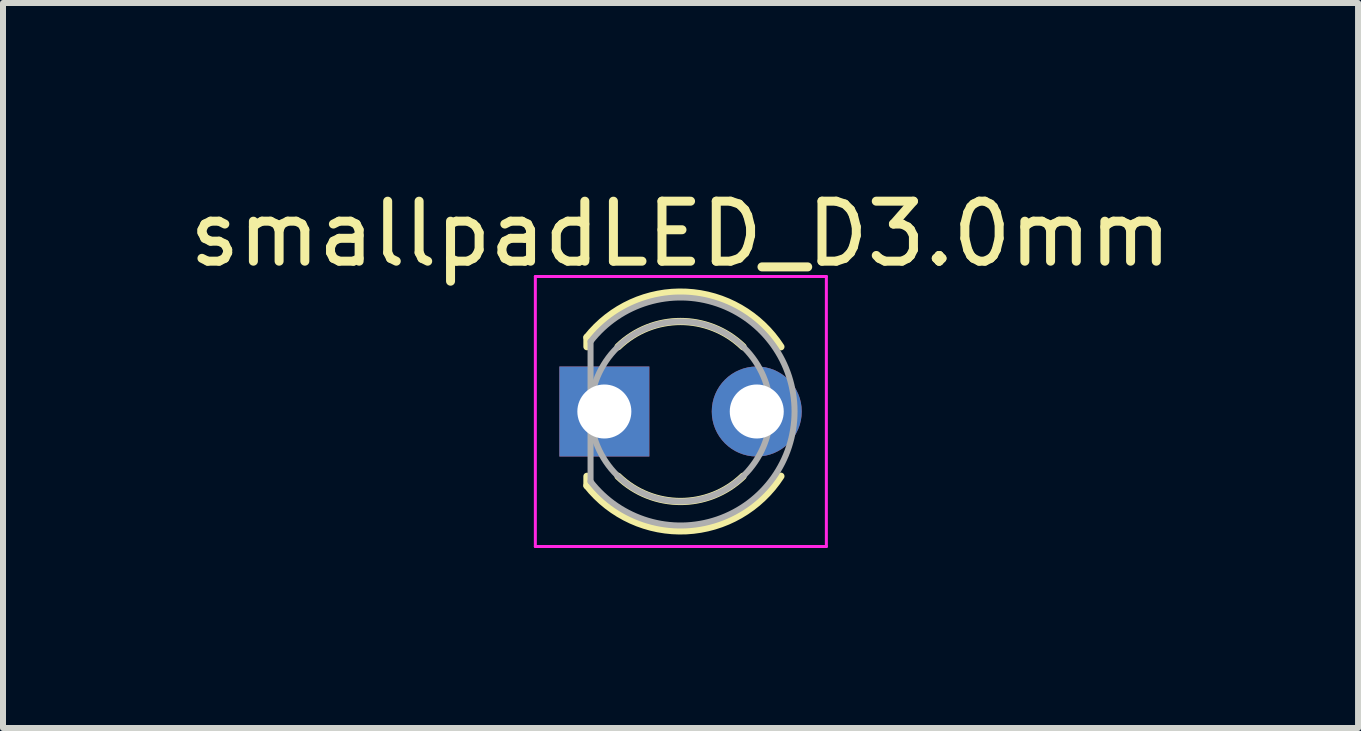
<source format=kicad_pcb>
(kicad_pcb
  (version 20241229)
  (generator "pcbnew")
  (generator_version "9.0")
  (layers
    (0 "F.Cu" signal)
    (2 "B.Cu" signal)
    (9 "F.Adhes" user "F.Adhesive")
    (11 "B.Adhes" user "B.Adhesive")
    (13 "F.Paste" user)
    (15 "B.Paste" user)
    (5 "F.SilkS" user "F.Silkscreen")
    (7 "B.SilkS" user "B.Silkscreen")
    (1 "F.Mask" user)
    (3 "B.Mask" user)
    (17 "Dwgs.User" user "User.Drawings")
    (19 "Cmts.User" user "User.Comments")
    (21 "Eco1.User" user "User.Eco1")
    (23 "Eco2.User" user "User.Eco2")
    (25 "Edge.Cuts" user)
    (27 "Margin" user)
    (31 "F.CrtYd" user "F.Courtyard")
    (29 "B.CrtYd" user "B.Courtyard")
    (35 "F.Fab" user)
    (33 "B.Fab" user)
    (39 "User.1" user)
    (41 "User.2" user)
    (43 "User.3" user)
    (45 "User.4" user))
  (footprint "smallpadLED_D3.0mm"
    (layer "F.Cu")
    (at 7.022 3.808)
    (property "Reference" "smallpadLED_D3.0mm" (at 1.27 -2.96 0) (layer "F.SilkS") (effects (font (size 1 1) (thickness 0.15))))
    (attr through_hole)
    (fp_line (start -0.29 -1.236) (end -0.29 -1.08) (stroke (width 0.12) (type solid)) (layer "F.SilkS"))
    (fp_line (start -0.29 1.08) (end -0.29 1.236) (stroke (width 0.12) (type solid)) (layer "F.SilkS"))
    (fp_arc (start -0.29 -1.235516) (mid 1.366487 -1.987659) (end 2.942335 -1.078608) (stroke (width 0.12) (type solid)) (layer "F.SilkS"))
    (fp_arc (start 0.229039 -1.08) (mid 1.270117 -1.5) (end 2.31113 -1.079837) (stroke (width 0.12) (type solid)) (layer "F.SilkS"))
    (fp_arc (start 2.31113 1.079837) (mid 1.270117 1.5) (end 0.229039 1.08) (stroke (width 0.12) (type solid)) (layer "F.SilkS"))
    (fp_arc (start 2.942335 1.078608) (mid 1.366487 1.987659) (end -0.29 1.235516) (stroke (width 0.12) (type solid)) (layer "F.SilkS"))
    (fp_line (start -1.15 -2.25) (end -1.15 2.25) (stroke (width 0.05) (type solid)) (layer "F.CrtYd"))
    (fp_line (start -1.15 2.25) (end 3.7 2.25) (stroke (width 0.05) (type solid)) (layer "F.CrtYd"))
    (fp_line (start 3.7 -2.25) (end -1.15 -2.25) (stroke (width 0.05) (type solid)) (layer "F.CrtYd"))
    (fp_line (start 3.7 2.25) (end 3.7 -2.25) (stroke (width 0.05) (type solid)) (layer "F.CrtYd"))
    (fp_line (start -0.23 -1.166) (end -0.23 1.166) (stroke (width 0.1) (type solid)) (layer "F.Fab"))
    (fp_arc (start -0.23 -1.16619) (mid 3.17 0.000452) (end -0.230555 1.165476) (stroke (width 0.1) (type solid)) (layer "F.Fab"))
    (fp_circle (center 1.27 0) (end 2.77 0) (stroke (width 0.1) (type solid)) (fill no) (layer "F.Fab"))
    (pad "1" thru_hole rect (at 0 0) (size 1.5 1.5) (drill 0.9) (layers "*.Cu" "*.Mask"))
    (pad "2" thru_hole circle (at 2.54 0) (size 1.5 1.5) (drill 0.9) (layers "*.Cu" "*.Mask")))
  (gr_rect
    (start -3 -3)
    (end 19.583 9.083)
    (stroke (width 0.1) (type default))
    (fill no)
    (layer "Edge.Cuts")))
</source>
